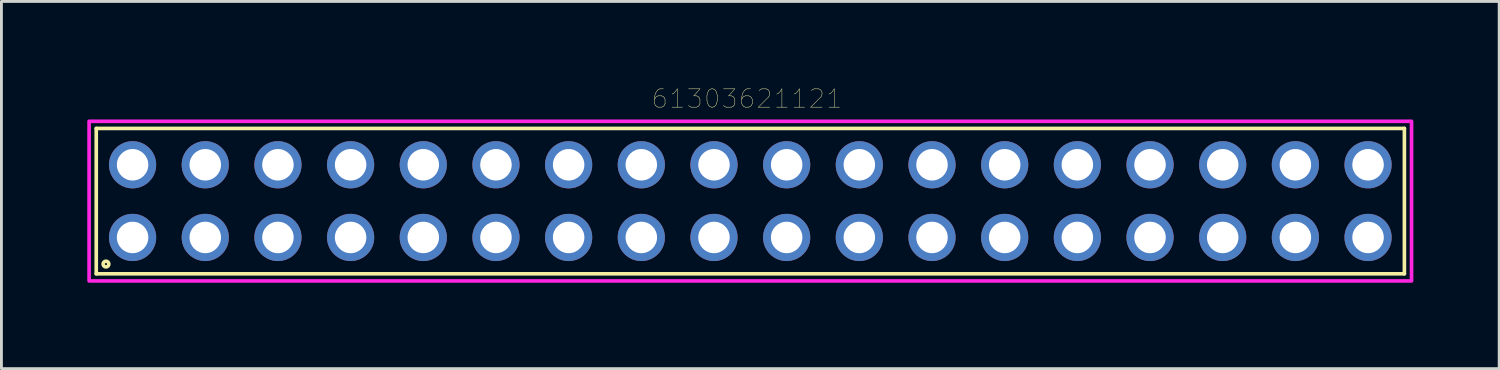
<source format=kicad_pcb>
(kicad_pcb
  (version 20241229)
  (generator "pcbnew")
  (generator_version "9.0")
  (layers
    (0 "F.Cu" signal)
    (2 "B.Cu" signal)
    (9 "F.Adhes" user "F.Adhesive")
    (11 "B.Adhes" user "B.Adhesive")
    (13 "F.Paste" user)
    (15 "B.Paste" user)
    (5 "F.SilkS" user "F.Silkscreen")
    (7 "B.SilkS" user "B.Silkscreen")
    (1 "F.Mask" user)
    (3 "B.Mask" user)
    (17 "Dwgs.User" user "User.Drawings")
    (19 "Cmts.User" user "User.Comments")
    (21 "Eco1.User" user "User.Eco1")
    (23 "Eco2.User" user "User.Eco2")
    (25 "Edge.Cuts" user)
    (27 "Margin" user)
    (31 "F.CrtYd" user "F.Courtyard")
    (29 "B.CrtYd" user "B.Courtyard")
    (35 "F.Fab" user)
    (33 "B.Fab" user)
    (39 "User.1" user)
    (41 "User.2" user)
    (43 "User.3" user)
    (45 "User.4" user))
  (footprint "61303621121"
    (layer "F.Cu")
    (at 23.174 3.979)
    (property "Reference" "61303621121" (at -0.115 -3.579 0) (layer "F.SilkS") (effects (font (size 0.64 0.64) (thickness 0.015))))
    (attr through_hole)
    (fp_line (start -22.86 -2.54) (end 22.86 -2.54) (stroke (width 0.127) (type solid)) (layer "F.SilkS"))
    (fp_line (start -22.86 2.54) (end -22.86 -2.54) (stroke (width 0.127) (type solid)) (layer "F.SilkS"))
    (fp_line (start 22.86 -2.54) (end 22.86 2.54) (stroke (width 0.127) (type solid)) (layer "F.SilkS"))
    (fp_line (start 22.86 2.54) (end -22.86 2.54) (stroke (width 0.127) (type solid)) (layer "F.SilkS"))
    (fp_circle (center -22.52 2.2) (end -22.42 2.2) (stroke (width 0.127) (type solid)) (fill no) (layer "F.SilkS"))
    (fp_poly (pts (xy -23.11 -2.79) (xy 23.11 -2.79) (xy 23.11 2.79) (xy -23.11 2.79)) (stroke (width 0.127) (type solid)) (fill no) (layer "F.CrtYd"))
    (pad "1" thru_hole circle (at -21.59 1.27) (size 1.65 1.65) (drill 1.1) (layers "*.Cu" "*.Mask"))
    (pad "2" thru_hole circle (at -21.59 -1.27) (size 1.65 1.65) (drill 1.1) (layers "*.Cu" "*.Mask"))
    (pad "3" thru_hole circle (at -19.05 1.27) (size 1.65 1.65) (drill 1.1) (layers "*.Cu" "*.Mask"))
    (pad "4" thru_hole circle (at -19.05 -1.27) (size 1.65 1.65) (drill 1.1) (layers "*.Cu" "*.Mask"))
    (pad "5" thru_hole circle (at -16.51 1.27) (size 1.65 1.65) (drill 1.1) (layers "*.Cu" "*.Mask"))
    (pad "6" thru_hole circle (at -16.51 -1.27) (size 1.65 1.65) (drill 1.1) (layers "*.Cu" "*.Mask"))
    (pad "7" thru_hole circle (at -13.97 1.27) (size 1.65 1.65) (drill 1.1) (layers "*.Cu" "*.Mask"))
    (pad "8" thru_hole circle (at -13.97 -1.27) (size 1.65 1.65) (drill 1.1) (layers "*.Cu" "*.Mask"))
    (pad "9" thru_hole circle (at -11.43 1.27) (size 1.65 1.65) (drill 1.1) (layers "*.Cu" "*.Mask"))
    (pad "10" thru_hole circle (at -11.43 -1.27) (size 1.65 1.65) (drill 1.1) (layers "*.Cu" "*.Mask"))
    (pad "11" thru_hole circle (at -8.89 1.27) (size 1.65 1.65) (drill 1.1) (layers "*.Cu" "*.Mask"))
    (pad "12" thru_hole circle (at -8.89 -1.27) (size 1.65 1.65) (drill 1.1) (layers "*.Cu" "*.Mask"))
    (pad "13" thru_hole circle (at -6.35 1.27) (size 1.65 1.65) (drill 1.1) (layers "*.Cu" "*.Mask"))
    (pad "14" thru_hole circle (at -6.35 -1.27) (size 1.65 1.65) (drill 1.1) (layers "*.Cu" "*.Mask"))
    (pad "15" thru_hole circle (at -3.81 1.27) (size 1.65 1.65) (drill 1.1) (layers "*.Cu" "*.Mask"))
    (pad "16" thru_hole circle (at -3.81 -1.27) (size 1.65 1.65) (drill 1.1) (layers "*.Cu" "*.Mask"))
    (pad "17" thru_hole circle (at -1.27 1.27) (size 1.65 1.65) (drill 1.1) (layers "*.Cu" "*.Mask"))
    (pad "18" thru_hole circle (at -1.27 -1.27) (size 1.65 1.65) (drill 1.1) (layers "*.Cu" "*.Mask"))
    (pad "19" thru_hole circle (at 1.27 1.27) (size 1.65 1.65) (drill 1.1) (layers "*.Cu" "*.Mask"))
    (pad "20" thru_hole circle (at 1.27 -1.27) (size 1.65 1.65) (drill 1.1) (layers "*.Cu" "*.Mask"))
    (pad "21" thru_hole circle (at 3.81 1.27) (size 1.65 1.65) (drill 1.1) (layers "*.Cu" "*.Mask"))
    (pad "22" thru_hole circle (at 3.81 -1.27) (size 1.65 1.65) (drill 1.1) (layers "*.Cu" "*.Mask"))
    (pad "23" thru_hole circle (at 6.35 1.27) (size 1.65 1.65) (drill 1.1) (layers "*.Cu" "*.Mask"))
    (pad "24" thru_hole circle (at 6.35 -1.27) (size 1.65 1.65) (drill 1.1) (layers "*.Cu" "*.Mask"))
    (pad "25" thru_hole circle (at 8.89 1.27) (size 1.65 1.65) (drill 1.1) (layers "*.Cu" "*.Mask"))
    (pad "26" thru_hole circle (at 8.89 -1.27) (size 1.65 1.65) (drill 1.1) (layers "*.Cu" "*.Mask"))
    (pad "27" thru_hole circle (at 11.43 1.27) (size 1.65 1.65) (drill 1.1) (layers "*.Cu" "*.Mask"))
    (pad "28" thru_hole circle (at 11.43 -1.27) (size 1.65 1.65) (drill 1.1) (layers "*.Cu" "*.Mask"))
    (pad "29" thru_hole circle (at 13.97 1.27) (size 1.65 1.65) (drill 1.1) (layers "*.Cu" "*.Mask"))
    (pad "30" thru_hole circle (at 13.97 -1.27) (size 1.65 1.65) (drill 1.1) (layers "*.Cu" "*.Mask"))
    (pad "31" thru_hole circle (at 16.51 1.27) (size 1.65 1.65) (drill 1.1) (layers "*.Cu" "*.Mask"))
    (pad "32" thru_hole circle (at 16.51 -1.27) (size 1.65 1.65) (drill 1.1) (layers "*.Cu" "*.Mask"))
    (pad "33" thru_hole circle (at 19.05 1.27) (size 1.65 1.65) (drill 1.1) (layers "*.Cu" "*.Mask"))
    (pad "34" thru_hole circle (at 19.05 -1.27) (size 1.65 1.65) (drill 1.1) (layers "*.Cu" "*.Mask"))
    (pad "35" thru_hole circle (at 21.59 1.27) (size 1.65 1.65) (drill 1.1) (layers "*.Cu" "*.Mask"))
    (pad "36" thru_hole circle (at 21.59 -1.27) (size 1.65 1.65) (drill 1.1) (layers "*.Cu" "*.Mask")))
  (gr_rect
    (start -3 -3)
    (end 49.347 9.833)
    (stroke (width 0.1) (type default))
    (fill no)
    (layer "Edge.Cuts")))
</source>
